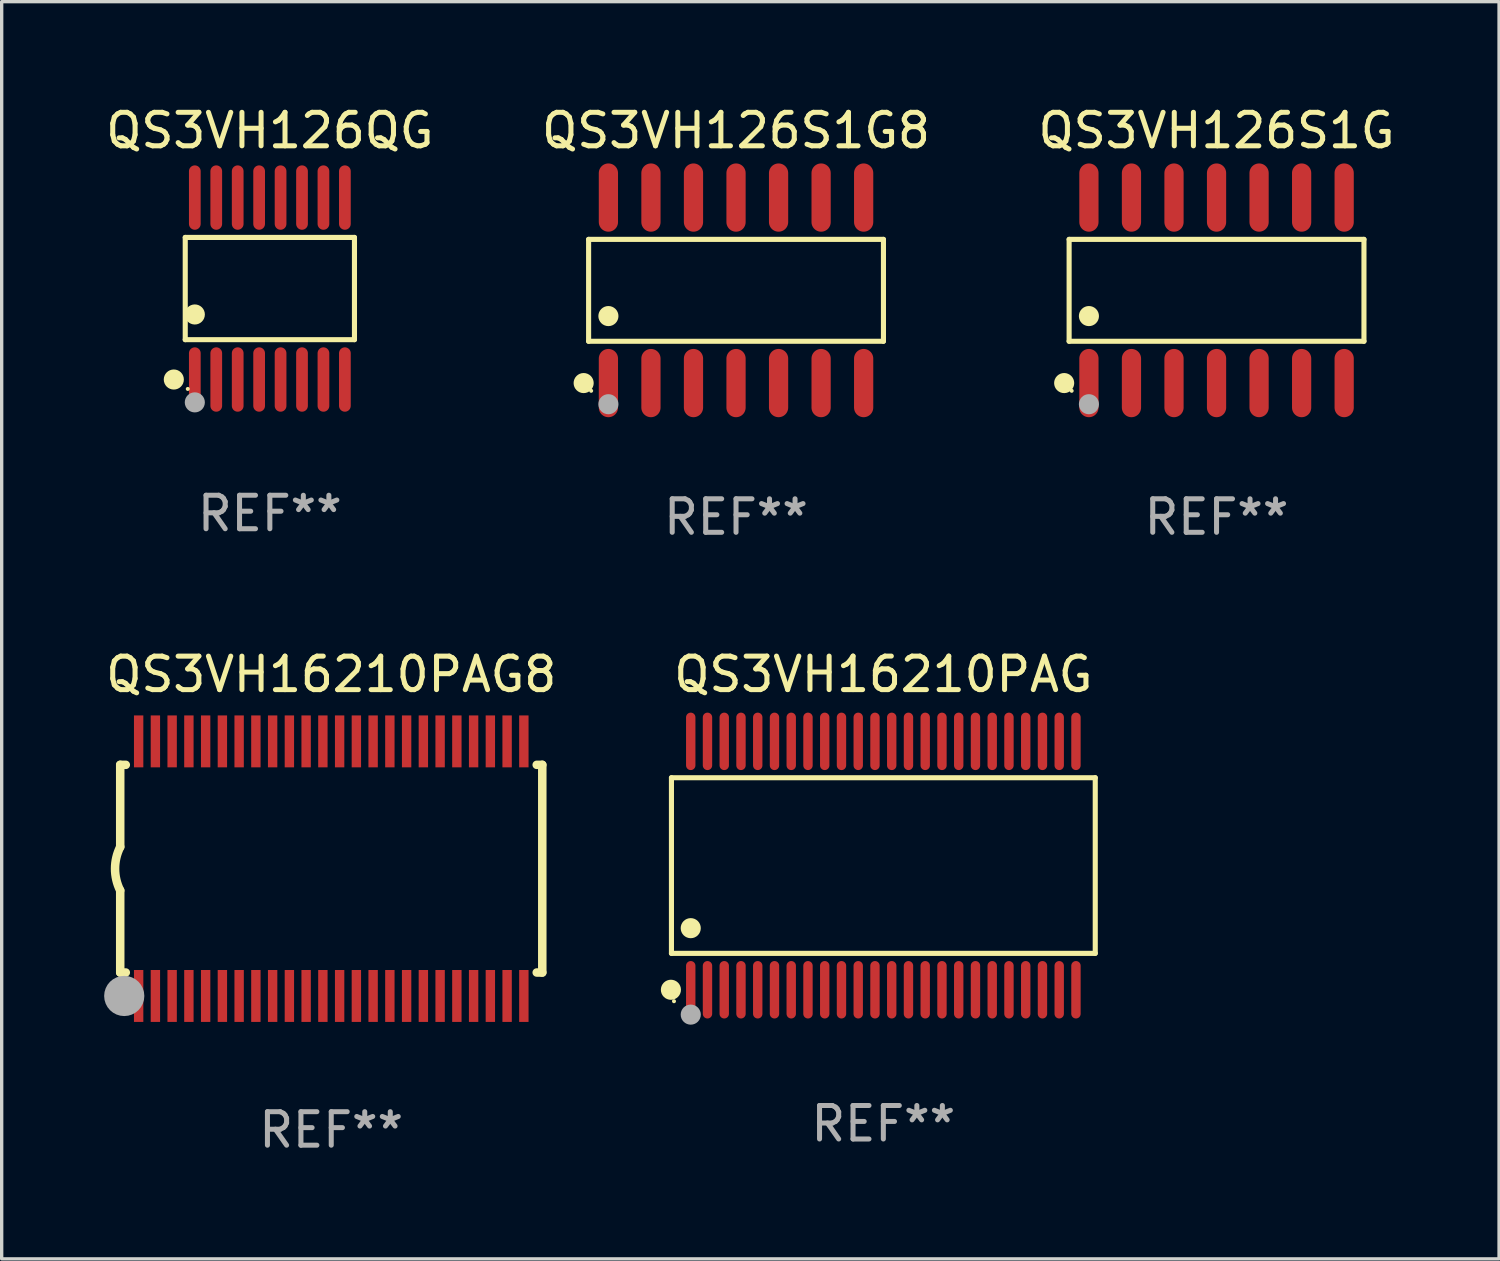
<source format=kicad_pcb>
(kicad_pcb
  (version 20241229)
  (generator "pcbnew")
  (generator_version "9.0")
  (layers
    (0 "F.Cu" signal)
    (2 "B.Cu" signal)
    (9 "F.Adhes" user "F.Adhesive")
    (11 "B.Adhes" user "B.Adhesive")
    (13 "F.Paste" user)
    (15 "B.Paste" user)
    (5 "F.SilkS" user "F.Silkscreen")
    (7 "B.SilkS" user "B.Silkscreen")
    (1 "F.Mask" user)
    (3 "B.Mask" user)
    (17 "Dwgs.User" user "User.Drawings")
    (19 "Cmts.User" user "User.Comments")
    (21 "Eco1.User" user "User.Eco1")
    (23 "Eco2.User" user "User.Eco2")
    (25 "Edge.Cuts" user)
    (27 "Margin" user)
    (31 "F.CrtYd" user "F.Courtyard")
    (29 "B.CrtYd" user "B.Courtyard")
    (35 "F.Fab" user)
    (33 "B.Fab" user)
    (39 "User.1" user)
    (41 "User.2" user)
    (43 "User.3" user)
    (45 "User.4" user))
  (footprint "QS3VH126QG"
    (layer "F.Cu")
    (at 5.006 5.564)
    (property "Reference" "QS3VH126QG" (at 0 -4.716 0) (layer "F.SilkS") (effects (font (size 1 1) (thickness 0.15))))
    (attr through_hole)
    (fp_line (start -2.526 -1.526) (end 2.526 -1.526) (stroke (width 0.152) (type solid)) (layer "F.SilkS"))
    (fp_line (start -2.526 1.526) (end -2.526 -1.526) (stroke (width 0.152) (type solid)) (layer "F.SilkS"))
    (fp_line (start 2.526 -1.526) (end 2.526 1.526) (stroke (width 0.152) (type solid)) (layer "F.SilkS"))
    (fp_line (start 2.526 1.526) (end -2.526 1.526) (stroke (width 0.152) (type solid)) (layer "F.SilkS"))
    (fp_circle (center -2.867 2.716) (end -2.717 2.716) (stroke (width 0.3) (type solid)) (fill no) (layer "F.SilkS"))
    (fp_circle (center -2.45 2.997) (end -2.42 2.997) (stroke (width 0.06) (type solid)) (fill no) (layer "F.SilkS"))
    (fp_circle (center -2.24 0.774) (end -2.09 0.774) (stroke (width 0.3) (type solid)) (fill no) (layer "F.SilkS"))
    (fp_circle (center -2.24 3.398) (end -2.09 3.398) (stroke (width 0.3) (type solid)) (fill no) (layer "F.Fab"))
    (fp_text user "REF**" (at 0 6.716 0) (layer "F.Fab") (effects (font (size 1 1) (thickness 0.15))))
    (pad "1" smd oval (at -2.24 2.716) (size 0.35 1.922) (layers "F.Cu" "F.Mask" "F.Paste"))
    (pad "2" smd oval (at -1.6 2.716) (size 0.35 1.922) (layers "F.Cu" "F.Mask" "F.Paste"))
    (pad "3" smd oval (at -0.96 2.716) (size 0.35 1.922) (layers "F.Cu" "F.Mask" "F.Paste"))
    (pad "4" smd oval (at -0.32 2.716) (size 0.35 1.922) (layers "F.Cu" "F.Mask" "F.Paste"))
    (pad "5" smd oval (at 0.32 2.716) (size 0.35 1.922) (layers "F.Cu" "F.Mask" "F.Paste"))
    (pad "6" smd oval (at 0.96 2.716) (size 0.35 1.922) (layers "F.Cu" "F.Mask" "F.Paste"))
    (pad "7" smd oval (at 1.6 2.716) (size 0.35 1.922) (layers "F.Cu" "F.Mask" "F.Paste"))
    (pad "8" smd oval (at 2.24 2.716) (size 0.35 1.922) (layers "F.Cu" "F.Mask" "F.Paste"))
    (pad "9" smd oval (at 2.24 -2.716) (size 0.35 1.922) (layers "F.Cu" "F.Mask" "F.Paste"))
    (pad "10" smd oval (at 1.6 -2.716) (size 0.35 1.922) (layers "F.Cu" "F.Mask" "F.Paste"))
    (pad "11" smd oval (at 0.96 -2.716) (size 0.35 1.922) (layers "F.Cu" "F.Mask" "F.Paste"))
    (pad "12" smd oval (at 0.32 -2.716) (size 0.35 1.922) (layers "F.Cu" "F.Mask" "F.Paste"))
    (pad "13" smd oval (at -0.32 -2.716) (size 0.35 1.922) (layers "F.Cu" "F.Mask" "F.Paste"))
    (pad "14" smd oval (at -0.96 -2.716) (size 0.35 1.922) (layers "F.Cu" "F.Mask" "F.Paste"))
    (pad "15" smd oval (at -1.6 -2.716) (size 0.35 1.922) (layers "F.Cu" "F.Mask" "F.Paste"))
    (pad "16" smd oval (at -2.24 -2.716) (size 0.35 1.922) (layers "F.Cu" "F.Mask" "F.Paste")))
  (footprint "QS3VH16210PAG8"
    (layer "F.Cu")
    (at 6.839 22.883)
    (property "Reference" "QS3VH16210PAG8" (at 0 -5.8 0) (layer "F.SilkS") (effects (font (size 1 1) (thickness 0.15))))
    (attr through_hole)
    (fp_line (start -6.3 -3.1) (end -6.3 -0.65) (stroke (width 0.254) (type solid)) (layer "F.SilkS"))
    (fp_line (start -6.3 -3.1) (end -6.134 -3.1) (stroke (width 0.254) (type solid)) (layer "F.SilkS"))
    (fp_line (start -6.3 3.1) (end -6.3 0.65) (stroke (width 0.254) (type solid)) (layer "F.SilkS"))
    (fp_line (start -6.3 3.1) (end -6.134 3.1) (stroke (width 0.254) (type solid)) (layer "F.SilkS"))
    (fp_line (start 6.134 -3.1) (end 6.3 -3.1) (stroke (width 0.254) (type solid)) (layer "F.SilkS"))
    (fp_line (start 6.134 3.1) (end 6.3 3.1) (stroke (width 0.254) (type solid)) (layer "F.SilkS"))
    (fp_line (start 6.3 -3.1) (end 6.3 3.1) (stroke (width 0.254) (type solid)) (layer "F.SilkS"))
    (fp_arc (start -6.301016 0.650114) (mid -6.45413 -0.000082) (end -6.3 -0.650038) (stroke (width 0.254001) (type solid)) (layer "F.SilkS"))
    (fp_circle (center -6.35 3.81) (end -6.223 3.81) (stroke (width 0.254) (type solid)) (fill no) (layer "F.SilkS"))
    (fp_circle (center -6.25 4.05) (end -6.22 4.05) (stroke (width 0.06) (type solid)) (fill no) (layer "F.SilkS"))
    (fp_circle (center -6.18 3.8) (end -5.88 3.8) (stroke (width 0.6) (type solid)) (fill no) (layer "F.Fab"))
    (fp_text user "REF**" (at 0 7.8 0) (layer "F.Fab") (effects (font (size 1 1) (thickness 0.15))))
    (pad "1" smd rect (at -5.75 3.8) (size 0.28 1.55) (layers "F.Cu" "F.Mask" "F.Paste"))
    (pad "2" smd rect (at -5.25 3.8) (size 0.28 1.55) (layers "F.Cu" "F.Mask" "F.Paste"))
    (pad "3" smd rect (at -4.75 3.8) (size 0.28 1.55) (layers "F.Cu" "F.Mask" "F.Paste"))
    (pad "4" smd rect (at -4.25 3.8) (size 0.28 1.55) (layers "F.Cu" "F.Mask" "F.Paste"))
    (pad "5" smd rect (at -3.75 3.8) (size 0.28 1.55) (layers "F.Cu" "F.Mask" "F.Paste"))
    (pad "6" smd rect (at -3.25 3.8) (size 0.28 1.55) (layers "F.Cu" "F.Mask" "F.Paste"))
    (pad "7" smd rect (at -2.75 3.8) (size 0.28 1.55) (layers "F.Cu" "F.Mask" "F.Paste"))
    (pad "8" smd rect (at -2.25 3.8) (size 0.28 1.55) (layers "F.Cu" "F.Mask" "F.Paste"))
    (pad "9" smd rect (at -1.75 3.8) (size 0.28 1.55) (layers "F.Cu" "F.Mask" "F.Paste"))
    (pad "10" smd rect (at -1.25 3.8) (size 0.28 1.55) (layers "F.Cu" "F.Mask" "F.Paste"))
    (pad "11" smd rect (at -0.75 3.8) (size 0.28 1.55) (layers "F.Cu" "F.Mask" "F.Paste"))
    (pad "12" smd rect (at -0.25 3.8) (size 0.28 1.55) (layers "F.Cu" "F.Mask" "F.Paste"))
    (pad "13" smd rect (at 0.25 3.8) (size 0.28 1.55) (layers "F.Cu" "F.Mask" "F.Paste"))
    (pad "14" smd rect (at 0.75 3.8) (size 0.28 1.55) (layers "F.Cu" "F.Mask" "F.Paste"))
    (pad "15" smd rect (at 1.25 3.8) (size 0.28 1.55) (layers "F.Cu" "F.Mask" "F.Paste"))
    (pad "16" smd rect (at 1.75 3.8) (size 0.28 1.55) (layers "F.Cu" "F.Mask" "F.Paste"))
    (pad "17" smd rect (at 2.25 3.8) (size 0.28 1.55) (layers "F.Cu" "F.Mask" "F.Paste"))
    (pad "18" smd rect (at 2.75 3.8) (size 0.28 1.55) (layers "F.Cu" "F.Mask" "F.Paste"))
    (pad "19" smd rect (at 3.25 3.8) (size 0.28 1.55) (layers "F.Cu" "F.Mask" "F.Paste"))
    (pad "20" smd rect (at 3.75 3.8) (size 0.28 1.55) (layers "F.Cu" "F.Mask" "F.Paste"))
    (pad "21" smd rect (at 4.25 3.8) (size 0.28 1.55) (layers "F.Cu" "F.Mask" "F.Paste"))
    (pad "22" smd rect (at 4.75 3.8) (size 0.28 1.55) (layers "F.Cu" "F.Mask" "F.Paste"))
    (pad "23" smd rect (at 5.25 3.8) (size 0.28 1.55) (layers "F.Cu" "F.Mask" "F.Paste"))
    (pad "24" smd rect (at 5.75 3.8) (size 0.28 1.55) (layers "F.Cu" "F.Mask" "F.Paste"))
    (pad "25" smd rect (at 5.75 -3.8) (size 0.28 1.55) (layers "F.Cu" "F.Mask" "F.Paste"))
    (pad "26" smd rect (at 5.25 -3.8) (size 0.28 1.55) (layers "F.Cu" "F.Mask" "F.Paste"))
    (pad "27" smd rect (at 4.75 -3.8) (size 0.28 1.55) (layers "F.Cu" "F.Mask" "F.Paste"))
    (pad "28" smd rect (at 4.25 -3.8) (size 0.28 1.55) (layers "F.Cu" "F.Mask" "F.Paste"))
    (pad "29" smd rect (at 3.75 -3.8) (size 0.28 1.55) (layers "F.Cu" "F.Mask" "F.Paste"))
    (pad "30" smd rect (at 3.25 -3.8) (size 0.28 1.55) (layers "F.Cu" "F.Mask" "F.Paste"))
    (pad "31" smd rect (at 2.75 -3.8) (size 0.28 1.55) (layers "F.Cu" "F.Mask" "F.Paste"))
    (pad "32" smd rect (at 2.25 -3.8) (size 0.28 1.55) (layers "F.Cu" "F.Mask" "F.Paste"))
    (pad "33" smd rect (at 1.75 -3.8) (size 0.28 1.55) (layers "F.Cu" "F.Mask" "F.Paste"))
    (pad "34" smd rect (at 1.25 -3.8) (size 0.28 1.55) (layers "F.Cu" "F.Mask" "F.Paste"))
    (pad "35" smd rect (at 0.75 -3.8) (size 0.28 1.55) (layers "F.Cu" "F.Mask" "F.Paste"))
    (pad "36" smd rect (at 0.25 -3.8) (size 0.28 1.55) (layers "F.Cu" "F.Mask" "F.Paste"))
    (pad "37" smd rect (at -0.25 -3.8) (size 0.28 1.55) (layers "F.Cu" "F.Mask" "F.Paste"))
    (pad "38" smd rect (at -0.75 -3.8) (size 0.28 1.55) (layers "F.Cu" "F.Mask" "F.Paste"))
    (pad "39" smd rect (at -1.25 -3.8) (size 0.28 1.55) (layers "F.Cu" "F.Mask" "F.Paste"))
    (pad "40" smd rect (at -1.75 -3.8) (size 0.28 1.55) (layers "F.Cu" "F.Mask" "F.Paste"))
    (pad "41" smd rect (at -2.25 -3.8) (size 0.28 1.55) (layers "F.Cu" "F.Mask" "F.Paste"))
    (pad "42" smd rect (at -2.75 -3.8) (size 0.28 1.55) (layers "F.Cu" "F.Mask" "F.Paste"))
    (pad "43" smd rect (at -3.25 -3.8) (size 0.28 1.55) (layers "F.Cu" "F.Mask" "F.Paste"))
    (pad "44" smd rect (at -3.75 -3.8) (size 0.28 1.55) (layers "F.Cu" "F.Mask" "F.Paste"))
    (pad "45" smd rect (at -4.25 -3.8) (size 0.28 1.55) (layers "F.Cu" "F.Mask" "F.Paste"))
    (pad "46" smd rect (at -4.75 -3.8) (size 0.28 1.55) (layers "F.Cu" "F.Mask" "F.Paste"))
    (pad "47" smd rect (at -5.25 -3.8) (size 0.28 1.55) (layers "F.Cu" "F.Mask" "F.Paste"))
    (pad "48" smd rect (at -5.75 -3.8) (size 0.28 1.55) (layers "F.Cu" "F.Mask" "F.Paste")))
  (footprint "QS3VH126S1G"
    (layer "F.Cu")
    (at 33.268 5.617)
    (property "Reference" "QS3VH126S1G" (at 0 -4.769 0) (layer "F.SilkS") (effects (font (size 1 1) (thickness 0.15))))
    (attr through_hole)
    (fp_line (start -4.401 -1.521) (end 4.401 -1.521) (stroke (width 0.152) (type solid)) (layer "F.SilkS"))
    (fp_line (start -4.401 1.521) (end -4.401 -1.521) (stroke (width 0.152) (type solid)) (layer "F.SilkS"))
    (fp_line (start 4.401 -1.521) (end 4.401 1.521) (stroke (width 0.152) (type solid)) (layer "F.SilkS"))
    (fp_line (start 4.401 1.521) (end -4.401 1.521) (stroke (width 0.152) (type solid)) (layer "F.SilkS"))
    (fp_circle (center -4.549 2.769) (end -4.399 2.769) (stroke (width 0.3) (type solid)) (fill no) (layer "F.SilkS"))
    (fp_circle (center -4.325 3) (end -4.295 3) (stroke (width 0.06) (type solid)) (fill no) (layer "F.SilkS"))
    (fp_circle (center -3.81 0.769) (end -3.66 0.769) (stroke (width 0.3) (type solid)) (fill no) (layer "F.SilkS"))
    (fp_circle (center -3.81 3.4) (end -3.66 3.4) (stroke (width 0.3) (type solid)) (fill no) (layer "F.Fab"))
    (fp_text user "REF**" (at 0 6.769 0) (layer "F.Fab") (effects (font (size 1 1) (thickness 0.15))))
    (pad "1" smd oval (at -3.81 2.769) (size 0.574 2.038) (layers "F.Cu" "F.Mask" "F.Paste"))
    (pad "2" smd oval (at -2.54 2.769) (size 0.574 2.038) (layers "F.Cu" "F.Mask" "F.Paste"))
    (pad "3" smd oval (at -1.27 2.769) (size 0.574 2.038) (layers "F.Cu" "F.Mask" "F.Paste"))
    (pad "4" smd oval (at 0 2.769) (size 0.574 2.038) (layers "F.Cu" "F.Mask" "F.Paste"))
    (pad "5" smd oval (at 1.27 2.769) (size 0.574 2.038) (layers "F.Cu" "F.Mask" "F.Paste"))
    (pad "6" smd oval (at 2.54 2.769) (size 0.574 2.038) (layers "F.Cu" "F.Mask" "F.Paste"))
    (pad "7" smd oval (at 3.81 2.769) (size 0.574 2.038) (layers "F.Cu" "F.Mask" "F.Paste"))
    (pad "8" smd oval (at 3.81 -2.769) (size 0.574 2.038) (layers "F.Cu" "F.Mask" "F.Paste"))
    (pad "9" smd oval (at 2.54 -2.769) (size 0.574 2.038) (layers "F.Cu" "F.Mask" "F.Paste"))
    (pad "10" smd oval (at 1.27 -2.769) (size 0.574 2.038) (layers "F.Cu" "F.Mask" "F.Paste"))
    (pad "11" smd oval (at 0 -2.769) (size 0.574 2.038) (layers "F.Cu" "F.Mask" "F.Paste"))
    (pad "12" smd oval (at -1.27 -2.769) (size 0.574 2.038) (layers "F.Cu" "F.Mask" "F.Paste"))
    (pad "13" smd oval (at -2.54 -2.769) (size 0.574 2.038) (layers "F.Cu" "F.Mask" "F.Paste"))
    (pad "14" smd oval (at -3.81 -2.769) (size 0.574 2.038) (layers "F.Cu" "F.Mask" "F.Paste")))
  (footprint "QS3VH126S1G8"
    (layer "F.Cu")
    (at 18.923 5.617)
    (property "Reference" "QS3VH126S1G8" (at 0 -4.769 0) (layer "F.SilkS") (effects (font (size 1 1) (thickness 0.15))))
    (attr through_hole)
    (fp_line (start -4.401 -1.521) (end 4.401 -1.521) (stroke (width 0.152) (type solid)) (layer "F.SilkS"))
    (fp_line (start -4.401 1.521) (end -4.401 -1.521) (stroke (width 0.152) (type solid)) (layer "F.SilkS"))
    (fp_line (start 4.401 -1.521) (end 4.401 1.521) (stroke (width 0.152) (type solid)) (layer "F.SilkS"))
    (fp_line (start 4.401 1.521) (end -4.401 1.521) (stroke (width 0.152) (type solid)) (layer "F.SilkS"))
    (fp_circle (center -4.549 2.769) (end -4.399 2.769) (stroke (width 0.3) (type solid)) (fill no) (layer "F.SilkS"))
    (fp_circle (center -4.325 3) (end -4.295 3) (stroke (width 0.06) (type solid)) (fill no) (layer "F.SilkS"))
    (fp_circle (center -3.81 0.769) (end -3.66 0.769) (stroke (width 0.3) (type solid)) (fill no) (layer "F.SilkS"))
    (fp_circle (center -3.81 3.4) (end -3.66 3.4) (stroke (width 0.3) (type solid)) (fill no) (layer "F.Fab"))
    (fp_text user "REF**" (at 0 6.769 0) (layer "F.Fab") (effects (font (size 1 1) (thickness 0.15))))
    (pad "1" smd oval (at -3.81 2.769) (size 0.574 2.038) (layers "F.Cu" "F.Mask" "F.Paste"))
    (pad "2" smd oval (at -2.54 2.769) (size 0.574 2.038) (layers "F.Cu" "F.Mask" "F.Paste"))
    (pad "3" smd oval (at -1.27 2.769) (size 0.574 2.038) (layers "F.Cu" "F.Mask" "F.Paste"))
    (pad "4" smd oval (at 0 2.769) (size 0.574 2.038) (layers "F.Cu" "F.Mask" "F.Paste"))
    (pad "5" smd oval (at 1.27 2.769) (size 0.574 2.038) (layers "F.Cu" "F.Mask" "F.Paste"))
    (pad "6" smd oval (at 2.54 2.769) (size 0.574 2.038) (layers "F.Cu" "F.Mask" "F.Paste"))
    (pad "7" smd oval (at 3.81 2.769) (size 0.574 2.038) (layers "F.Cu" "F.Mask" "F.Paste"))
    (pad "8" smd oval (at 3.81 -2.769) (size 0.574 2.038) (layers "F.Cu" "F.Mask" "F.Paste"))
    (pad "9" smd oval (at 2.54 -2.769) (size 0.574 2.038) (layers "F.Cu" "F.Mask" "F.Paste"))
    (pad "10" smd oval (at 1.27 -2.769) (size 0.574 2.038) (layers "F.Cu" "F.Mask" "F.Paste"))
    (pad "11" smd oval (at 0 -2.769) (size 0.574 2.038) (layers "F.Cu" "F.Mask" "F.Paste"))
    (pad "12" smd oval (at -1.27 -2.769) (size 0.574 2.038) (layers "F.Cu" "F.Mask" "F.Paste"))
    (pad "13" smd oval (at -2.54 -2.769) (size 0.574 2.038) (layers "F.Cu" "F.Mask" "F.Paste"))
    (pad "14" smd oval (at -3.81 -2.769) (size 0.574 2.038) (layers "F.Cu" "F.Mask" "F.Paste")))
  (footprint "QS3VH16210PAG"
    (layer "F.Cu")
    (at 23.321 22.79)
    (property "Reference" "QS3VH16210PAG" (at 0 -5.708 0) (layer "F.SilkS") (effects (font (size 1 1) (thickness 0.15))))
    (attr through_hole)
    (fp_line (start -6.326 -2.622) (end 6.326 -2.622) (stroke (width 0.152) (type solid)) (layer "F.SilkS"))
    (fp_line (start -6.326 2.621) (end -6.326 -2.622) (stroke (width 0.152) (type solid)) (layer "F.SilkS"))
    (fp_line (start 6.326 -2.622) (end 6.326 2.621) (stroke (width 0.152) (type solid)) (layer "F.SilkS"))
    (fp_line (start 6.326 2.621) (end -6.326 2.621) (stroke (width 0.152) (type solid)) (layer "F.SilkS"))
    (fp_circle (center -6.342 3.708) (end -6.192 3.708) (stroke (width 0.3) (type solid)) (fill no) (layer "F.SilkS"))
    (fp_circle (center -6.25 4.05) (end -6.22 4.05) (stroke (width 0.06) (type solid)) (fill no) (layer "F.SilkS"))
    (fp_circle (center -5.75 1.869) (end -5.6 1.869) (stroke (width 0.3) (type solid)) (fill no) (layer "F.SilkS"))
    (fp_circle (center -5.75 4.45) (end -5.6 4.45) (stroke (width 0.3) (type solid)) (fill no) (layer "F.Fab"))
    (fp_text user "REF**" (at 0 7.708 0) (layer "F.Fab") (effects (font (size 1 1) (thickness 0.15))))
    (pad "1" smd oval (at -5.75 3.708) (size 0.28 1.715) (layers "F.Cu" "F.Mask" "F.Paste"))
    (pad "2" smd oval (at -5.25 3.708) (size 0.28 1.715) (layers "F.Cu" "F.Mask" "F.Paste"))
    (pad "3" smd oval (at -4.75 3.708) (size 0.28 1.715) (layers "F.Cu" "F.Mask" "F.Paste"))
    (pad "4" smd oval (at -4.25 3.708) (size 0.28 1.715) (layers "F.Cu" "F.Mask" "F.Paste"))
    (pad "5" smd oval (at -3.75 3.708) (size 0.28 1.715) (layers "F.Cu" "F.Mask" "F.Paste"))
    (pad "6" smd oval (at -3.25 3.708) (size 0.28 1.715) (layers "F.Cu" "F.Mask" "F.Paste"))
    (pad "7" smd oval (at -2.75 3.708) (size 0.28 1.715) (layers "F.Cu" "F.Mask" "F.Paste"))
    (pad "8" smd oval (at -2.25 3.708) (size 0.28 1.715) (layers "F.Cu" "F.Mask" "F.Paste"))
    (pad "9" smd oval (at -1.75 3.708) (size 0.28 1.715) (layers "F.Cu" "F.Mask" "F.Paste"))
    (pad "10" smd oval (at -1.25 3.708) (size 0.28 1.715) (layers "F.Cu" "F.Mask" "F.Paste"))
    (pad "11" smd oval (at -0.75 3.708) (size 0.28 1.715) (layers "F.Cu" "F.Mask" "F.Paste"))
    (pad "12" smd oval (at -0.25 3.708) (size 0.28 1.715) (layers "F.Cu" "F.Mask" "F.Paste"))
    (pad "13" smd oval (at 0.25 3.708) (size 0.28 1.715) (layers "F.Cu" "F.Mask" "F.Paste"))
    (pad "14" smd oval (at 0.75 3.708) (size 0.28 1.715) (layers "F.Cu" "F.Mask" "F.Paste"))
    (pad "15" smd oval (at 1.25 3.708) (size 0.28 1.715) (layers "F.Cu" "F.Mask" "F.Paste"))
    (pad "16" smd oval (at 1.75 3.708) (size 0.28 1.715) (layers "F.Cu" "F.Mask" "F.Paste"))
    (pad "17" smd oval (at 2.25 3.708) (size 0.28 1.715) (layers "F.Cu" "F.Mask" "F.Paste"))
    (pad "18" smd oval (at 2.75 3.708) (size 0.28 1.715) (layers "F.Cu" "F.Mask" "F.Paste"))
    (pad "19" smd oval (at 3.25 3.708) (size 0.28 1.715) (layers "F.Cu" "F.Mask" "F.Paste"))
    (pad "20" smd oval (at 3.75 3.708) (size 0.28 1.715) (layers "F.Cu" "F.Mask" "F.Paste"))
    (pad "21" smd oval (at 4.25 3.708) (size 0.28 1.715) (layers "F.Cu" "F.Mask" "F.Paste"))
    (pad "22" smd oval (at 4.75 3.708) (size 0.28 1.715) (layers "F.Cu" "F.Mask" "F.Paste"))
    (pad "23" smd oval (at 5.25 3.708) (size 0.28 1.715) (layers "F.Cu" "F.Mask" "F.Paste"))
    (pad "24" smd oval (at 5.75 3.708) (size 0.28 1.715) (layers "F.Cu" "F.Mask" "F.Paste"))
    (pad "25" smd oval (at 5.75 -3.708) (size 0.28 1.715) (layers "F.Cu" "F.Mask" "F.Paste"))
    (pad "26" smd oval (at 5.25 -3.708) (size 0.28 1.715) (layers "F.Cu" "F.Mask" "F.Paste"))
    (pad "27" smd oval (at 4.75 -3.708) (size 0.28 1.715) (layers "F.Cu" "F.Mask" "F.Paste"))
    (pad "28" smd oval (at 4.25 -3.708) (size 0.28 1.715) (layers "F.Cu" "F.Mask" "F.Paste"))
    (pad "29" smd oval (at 3.75 -3.708) (size 0.28 1.715) (layers "F.Cu" "F.Mask" "F.Paste"))
    (pad "30" smd oval (at 3.25 -3.708) (size 0.28 1.715) (layers "F.Cu" "F.Mask" "F.Paste"))
    (pad "31" smd oval (at 2.75 -3.708) (size 0.28 1.715) (layers "F.Cu" "F.Mask" "F.Paste"))
    (pad "32" smd oval (at 2.25 -3.708) (size 0.28 1.715) (layers "F.Cu" "F.Mask" "F.Paste"))
    (pad "33" smd oval (at 1.75 -3.708) (size 0.28 1.715) (layers "F.Cu" "F.Mask" "F.Paste"))
    (pad "34" smd oval (at 1.25 -3.708) (size 0.28 1.715) (layers "F.Cu" "F.Mask" "F.Paste"))
    (pad "35" smd oval (at 0.75 -3.708) (size 0.28 1.715) (layers "F.Cu" "F.Mask" "F.Paste"))
    (pad "36" smd oval (at 0.25 -3.708) (size 0.28 1.715) (layers "F.Cu" "F.Mask" "F.Paste"))
    (pad "37" smd oval (at -0.25 -3.708) (size 0.28 1.715) (layers "F.Cu" "F.Mask" "F.Paste"))
    (pad "38" smd oval (at -0.75 -3.708) (size 0.28 1.715) (layers "F.Cu" "F.Mask" "F.Paste"))
    (pad "39" smd oval (at -1.25 -3.708) (size 0.28 1.715) (layers "F.Cu" "F.Mask" "F.Paste"))
    (pad "40" smd oval (at -1.75 -3.708) (size 0.28 1.715) (layers "F.Cu" "F.Mask" "F.Paste"))
    (pad "41" smd oval (at -2.25 -3.708) (size 0.28 1.715) (layers "F.Cu" "F.Mask" "F.Paste"))
    (pad "42" smd oval (at -2.75 -3.708) (size 0.28 1.715) (layers "F.Cu" "F.Mask" "F.Paste"))
    (pad "43" smd oval (at -3.25 -3.708) (size 0.28 1.715) (layers "F.Cu" "F.Mask" "F.Paste"))
    (pad "44" smd oval (at -3.75 -3.708) (size 0.28 1.715) (layers "F.Cu" "F.Mask" "F.Paste"))
    (pad "45" smd oval (at -4.25 -3.708) (size 0.28 1.715) (layers "F.Cu" "F.Mask" "F.Paste"))
    (pad "46" smd oval (at -4.75 -3.708) (size 0.28 1.715) (layers "F.Cu" "F.Mask" "F.Paste"))
    (pad "47" smd oval (at -5.25 -3.708) (size 0.28 1.715) (layers "F.Cu" "F.Mask" "F.Paste"))
    (pad "48" smd oval (at -5.75 -3.708) (size 0.28 1.715) (layers "F.Cu" "F.Mask" "F.Paste")))
  (gr_rect
    (start -3 -3)
    (end 41.702 34.531)
    (stroke (width 0.1) (type default))
    (fill no)
    (layer "Edge.Cuts")))
</source>
